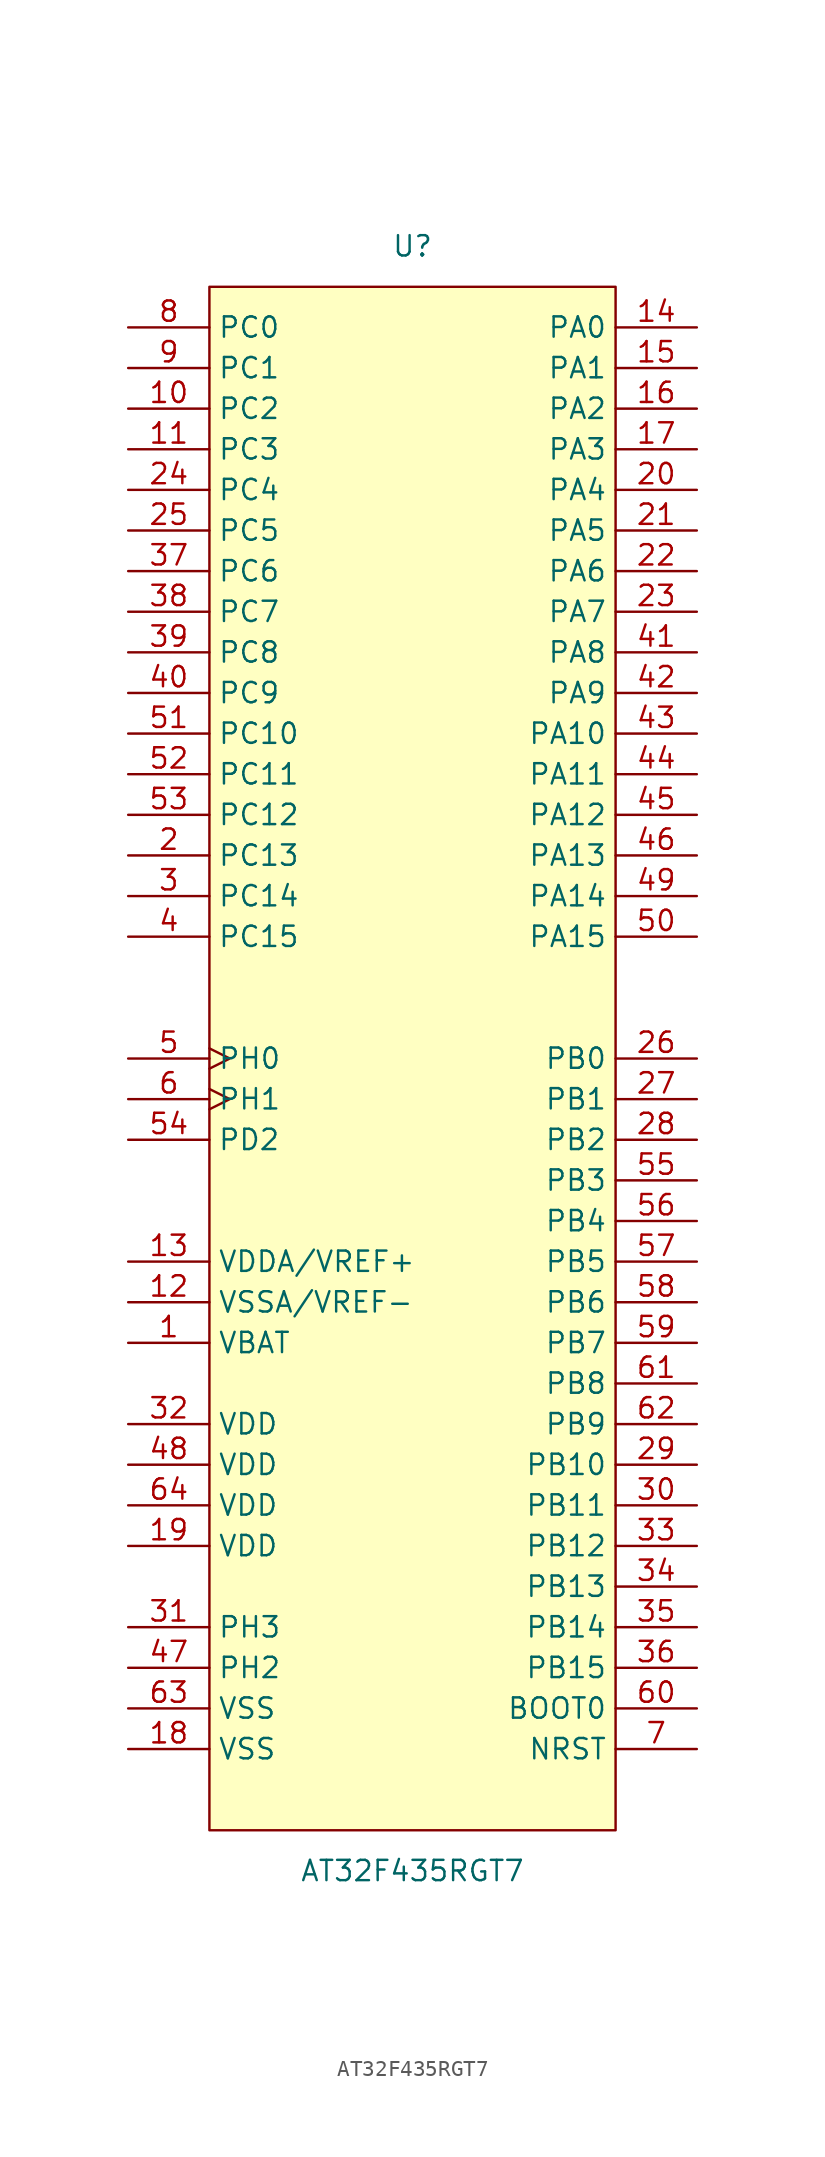
<source format=kicad_sym>
(kicad_symbol_lib
  (version 20220914)
  (generator kicad_symbol_editor)
  (symbol "AT32F435RGT7"
    (property "Reference" "U"
      (at 0 50.8 0)
      (effects (font (size 1.27 1.27))))
    (property "Value" "AT32F435RGT7"
      (at 0 -50.8 0)
      (effects (font (size 1.27 1.27))))
    (symbol "AT32F435RGT7_0_1"
      (pin power_in line (at -17.78 -17.78 0) (length 5.08) (name "VBAT" (effects (font (size 1.27 1.27)))) (number "1" (effects (font (size 1.27 1.27)))))
      (pin bidirectional line (at -17.78 40.64 0) (length 5.08) (name "PC2" (effects (font (size 1.27 1.27)))) (number "10" (effects (font (size 1.27 1.27)))))
      (pin bidirectional line (at -17.78 38.1 0) (length 5.08) (name "PC3" (effects (font (size 1.27 1.27)))) (number "11" (effects (font (size 1.27 1.27)))))
      (pin power_out line (at -17.78 -15.24 0) (length 5.08) (name "VSSA/VREF-" (effects (font (size 1.27 1.27)))) (number "12" (effects (font (size 1.27 1.27)))))
      (pin power_out line (at -17.78 -12.7 0) (length 5.08) (name "VDDA/VREF+" (effects (font (size 1.27 1.27)))) (number "13" (effects (font (size 1.27 1.27)))))
      (pin bidirectional line (at 17.78 45.72 180) (length 5.08) (name "PA0" (effects (font (size 1.27 1.27)))) (number "14" (effects (font (size 1.27 1.27)))))
      (pin bidirectional line (at 17.78 43.18 180) (length 5.08) (name "PA1" (effects (font (size 1.27 1.27)))) (number "15" (effects (font (size 1.27 1.27)))))
      (pin bidirectional line (at 17.78 40.64 180) (length 5.08) (name "PA2" (effects (font (size 1.27 1.27)))) (number "16" (effects (font (size 1.27 1.27)))))
      (pin bidirectional line (at 17.78 38.1 180) (length 5.08) (name "PA3" (effects (font (size 1.27 1.27)))) (number "17" (effects (font (size 1.27 1.27)))))
      (pin power_in line (at -17.78 -43.18 0) (length 5.08) (name "VSS" (effects (font (size 1.27 1.27)))) (number "18" (effects (font (size 1.27 1.27)))))
      (pin power_in line (at -17.78 -30.48 0) (length 5.08) (name "VDD" (effects (font (size 1.27 1.27)))) (number "19" (effects (font (size 1.27 1.27)))))
      (pin bidirectional line (at -17.78 12.7 0) (length 5.08) (name "PC13" (effects (font (size 1.27 1.27)))) (number "2" (effects (font (size 1.27 1.27)))))
      (pin bidirectional line (at 17.78 35.56 180) (length 5.08) (name "PA4" (effects (font (size 1.27 1.27)))) (number "20" (effects (font (size 1.27 1.27)))))
      (pin bidirectional line (at 17.78 33.02 180) (length 5.08) (name "PA5" (effects (font (size 1.27 1.27)))) (number "21" (effects (font (size 1.27 1.27)))))
      (pin bidirectional line (at 17.78 30.48 180) (length 5.08) (name "PA6" (effects (font (size 1.27 1.27)))) (number "22" (effects (font (size 1.27 1.27)))))
      (pin bidirectional line (at 17.78 27.94 180) (length 5.08) (name "PA7" (effects (font (size 1.27 1.27)))) (number "23" (effects (font (size 1.27 1.27)))))
      (pin bidirectional line (at -17.78 35.56 0) (length 5.08) (name "PC4" (effects (font (size 1.27 1.27)))) (number "24" (effects (font (size 1.27 1.27)))))
      (pin bidirectional line (at -17.78 33.02 0) (length 5.08) (name "PC5" (effects (font (size 1.27 1.27)))) (number "25" (effects (font (size 1.27 1.27)))))
      (pin bidirectional line (at 17.78 0 180) (length 5.08) (name "PB0" (effects (font (size 1.27 1.27)))) (number "26" (effects (font (size 1.27 1.27)))))
      (pin bidirectional line (at 17.78 -2.54 180) (length 5.08) (name "PB1" (effects (font (size 1.27 1.27)))) (number "27" (effects (font (size 1.27 1.27)))))
      (pin bidirectional line (at 17.78 -5.08 180) (length 5.08) (name "PB2" (effects (font (size 1.27 1.27)))) (number "28" (effects (font (size 1.27 1.27)))))
      (pin bidirectional line (at 17.78 -25.4 180) (length 5.08) (name "PB10" (effects (font (size 1.27 1.27)))) (number "29" (effects (font (size 1.27 1.27)))))
      (pin bidirectional line (at -17.78 10.16 0) (length 5.08) (name "PC14" (effects (font (size 1.27 1.27)))) (number "3" (effects (font (size 1.27 1.27)))))
      (pin bidirectional line (at 17.78 -27.94 180) (length 5.08) (name "PB11" (effects (font (size 1.27 1.27)))) (number "30" (effects (font (size 1.27 1.27)))))
      (pin bidirectional line (at -17.78 -35.56 0) (length 5.08) (name "PH3" (effects (font (size 1.27 1.27)))) (number "31" (effects (font (size 1.27 1.27)))))
      (pin power_in line (at -17.78 -22.86 0) (length 5.08) (name "VDD" (effects (font (size 1.27 1.27)))) (number "32" (effects (font (size 1.27 1.27)))))
      (pin bidirectional line (at 17.78 -30.48 180) (length 5.08) (name "PB12" (effects (font (size 1.27 1.27)))) (number "33" (effects (font (size 1.27 1.27)))))
      (pin bidirectional line (at 17.78 -33.02 180) (length 5.08) (name "PB13" (effects (font (size 1.27 1.27)))) (number "34" (effects (font (size 1.27 1.27)))))
      (pin bidirectional line (at 17.78 -35.56 180) (length 5.08) (name "PB14" (effects (font (size 1.27 1.27)))) (number "35" (effects (font (size 1.27 1.27)))))
      (pin bidirectional line (at 17.78 -38.1 180) (length 5.08) (name "PB15" (effects (font (size 1.27 1.27)))) (number "36" (effects (font (size 1.27 1.27)))))
      (pin bidirectional line (at -17.78 30.48 0) (length 5.08) (name "PC6" (effects (font (size 1.27 1.27)))) (number "37" (effects (font (size 1.27 1.27)))))
      (pin bidirectional line (at -17.78 27.94 0) (length 5.08) (name "PC7" (effects (font (size 1.27 1.27)))) (number "38" (effects (font (size 1.27 1.27)))))
      (pin bidirectional line (at -17.78 25.4 0) (length 5.08) (name "PC8" (effects (font (size 1.27 1.27)))) (number "39" (effects (font (size 1.27 1.27)))))
      (pin bidirectional line (at -17.78 7.62 0) (length 5.08) (name "PC15" (effects (font (size 1.27 1.27)))) (number "4" (effects (font (size 1.27 1.27)))))
      (pin bidirectional line (at -17.78 22.86 0) (length 5.08) (name "PC9" (effects (font (size 1.27 1.27)))) (number "40" (effects (font (size 1.27 1.27)))))
      (pin bidirectional line (at 17.78 25.4 180) (length 5.08) (name "PA8" (effects (font (size 1.27 1.27)))) (number "41" (effects (font (size 1.27 1.27)))))
      (pin bidirectional line (at 17.78 22.86 180) (length 5.08) (name "PA9" (effects (font (size 1.27 1.27)))) (number "42" (effects (font (size 1.27 1.27)))))
      (pin bidirectional line (at 17.78 20.32 180) (length 5.08) (name "PA10" (effects (font (size 1.27 1.27)))) (number "43" (effects (font (size 1.27 1.27)))))
      (pin bidirectional line (at 17.78 17.78 180) (length 5.08) (name "PA11" (effects (font (size 1.27 1.27)))) (number "44" (effects (font (size 1.27 1.27)))))
      (pin bidirectional line (at 17.78 15.24 180) (length 5.08) (name "PA12" (effects (font (size 1.27 1.27)))) (number "45" (effects (font (size 1.27 1.27)))))
      (pin bidirectional line (at 17.78 12.7 180) (length 5.08) (name "PA13" (effects (font (size 1.27 1.27)))) (number "46" (effects (font (size 1.27 1.27)))))
      (pin bidirectional line (at -17.78 -38.1 0) (length 5.08) (name "PH2" (effects (font (size 1.27 1.27)))) (number "47" (effects (font (size 1.27 1.27)))))
      (pin power_in line (at -17.78 -25.4 0) (length 5.08) (name "VDD" (effects (font (size 1.27 1.27)))) (number "48" (effects (font (size 1.27 1.27)))))
      (pin bidirectional line (at 17.78 10.16 180) (length 5.08) (name "PA14" (effects (font (size 1.27 1.27)))) (number "49" (effects (font (size 1.27 1.27)))))
      (pin bidirectional line (at 17.78 7.62 180) (length 5.08) (name "PA15" (effects (font (size 1.27 1.27)))) (number "50" (effects (font (size 1.27 1.27)))))
      (pin bidirectional line (at -17.78 20.32 0) (length 5.08) (name "PC10" (effects (font (size 1.27 1.27)))) (number "51" (effects (font (size 1.27 1.27)))))
      (pin bidirectional line (at -17.78 17.78 0) (length 5.08) (name "PC11" (effects (font (size 1.27 1.27)))) (number "52" (effects (font (size 1.27 1.27)))))
      (pin bidirectional line (at -17.78 15.24 0) (length 5.08) (name "PC12" (effects (font (size 1.27 1.27)))) (number "53" (effects (font (size 1.27 1.27)))))
      (pin bidirectional line (at -17.78 -5.08 0) (length 5.08) (name "PD2" (effects (font (size 1.27 1.27)))) (number "54" (effects (font (size 1.27 1.27)))))
      (pin bidirectional line (at 17.78 -7.62 180) (length 5.08) (name "PB3" (effects (font (size 1.27 1.27)))) (number "55" (effects (font (size 1.27 1.27)))))
      (pin bidirectional line (at 17.78 -10.16 180) (length 5.08) (name "PB4" (effects (font (size 1.27 1.27)))) (number "56" (effects (font (size 1.27 1.27)))))
      (pin bidirectional line (at 17.78 -12.7 180) (length 5.08) (name "PB5" (effects (font (size 1.27 1.27)))) (number "57" (effects (font (size 1.27 1.27)))))
      (pin bidirectional line (at 17.78 -15.24 180) (length 5.08) (name "PB6" (effects (font (size 1.27 1.27)))) (number "58" (effects (font (size 1.27 1.27)))))
      (pin bidirectional line (at 17.78 -17.78 180) (length 5.08) (name "PB7" (effects (font (size 1.27 1.27)))) (number "59" (effects (font (size 1.27 1.27)))))
      (pin input line (at 17.78 -40.64 180) (length 5.08) (name "BOOT0" (effects (font (size 1.27 1.27)))) (number "60" (effects (font (size 1.27 1.27)))))
      (pin bidirectional line (at 17.78 -20.32 180) (length 5.08) (name "PB8" (effects (font (size 1.27 1.27)))) (number "61" (effects (font (size 1.27 1.27)))))
      (pin bidirectional line (at 17.78 -22.86 180) (length 5.08) (name "PB9" (effects (font (size 1.27 1.27)))) (number "62" (effects (font (size 1.27 1.27)))))
      (pin power_in line (at -17.78 -40.64 0) (length 5.08) (name "VSS" (effects (font (size 1.27 1.27)))) (number "63" (effects (font (size 1.27 1.27)))))
      (pin power_in line (at -17.78 -27.94 0) (length 5.08) (name "VDD" (effects (font (size 1.27 1.27)))) (number "64" (effects (font (size 1.27 1.27)))))
      (pin bidirectional line (at 17.78 -43.18 180) (length 5.08) (name "NRST" (effects (font (size 1.27 1.27)))) (number "7" (effects (font (size 1.27 1.27)))))
      (pin bidirectional line (at -17.78 45.72 0) (length 5.08) (name "PC0" (effects (font (size 1.27 1.27)))) (number "8" (effects (font (size 1.27 1.27)))))
      (pin bidirectional line (at -17.78 43.18 0) (length 5.08) (name "PC1" (effects (font (size 1.27 1.27)))) (number "9" (effects (font (size 1.27 1.27))))))
    (symbol "AT32F435RGT7_1_1"
      (rectangle (start -12.7 48.26) (end 12.7 -48.26) (stroke (width 0) (type default)) (fill (type background)))
      (pin bidirectional clock (at -17.78 0 0) (length 5.08) (name "PH0" (effects (font (size 1.27 1.27)))) (number "5" (effects (font (size 1.27 1.27)))))
      (pin bidirectional clock (at -17.78 -2.54 0) (length 5.08) (name "PH1" (effects (font (size 1.27 1.27)))) (number "6" (effects (font (size 1.27 1.27))))))))
</source>
